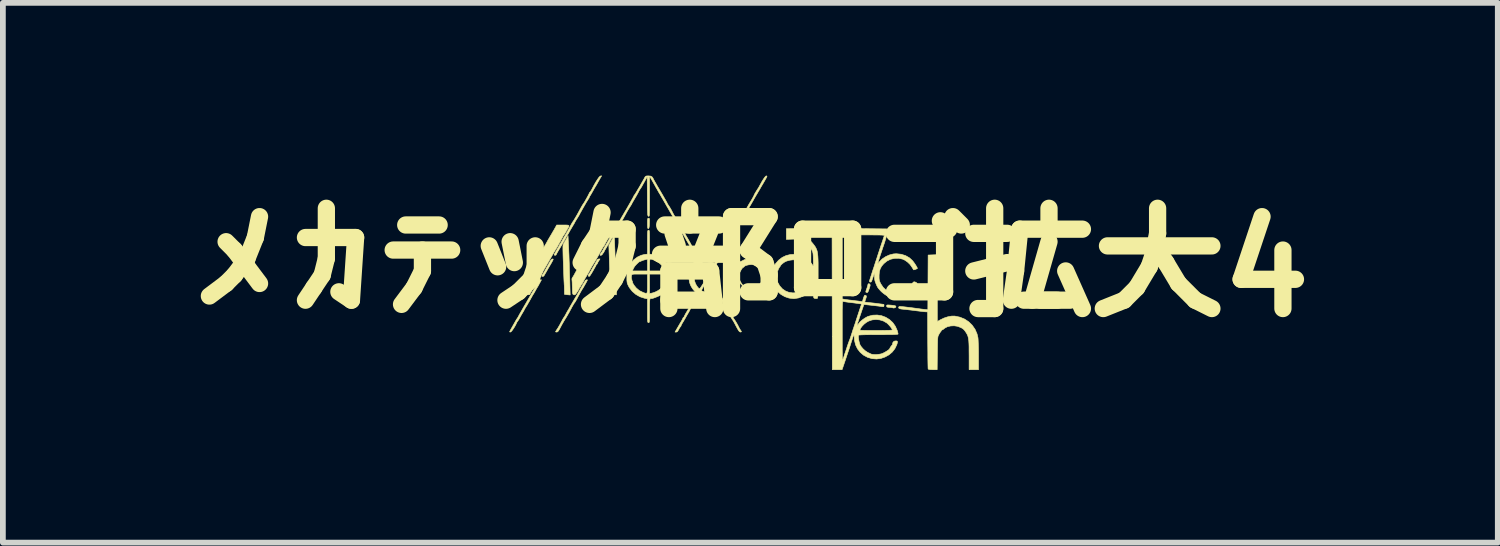
<source format=kicad_pcb>
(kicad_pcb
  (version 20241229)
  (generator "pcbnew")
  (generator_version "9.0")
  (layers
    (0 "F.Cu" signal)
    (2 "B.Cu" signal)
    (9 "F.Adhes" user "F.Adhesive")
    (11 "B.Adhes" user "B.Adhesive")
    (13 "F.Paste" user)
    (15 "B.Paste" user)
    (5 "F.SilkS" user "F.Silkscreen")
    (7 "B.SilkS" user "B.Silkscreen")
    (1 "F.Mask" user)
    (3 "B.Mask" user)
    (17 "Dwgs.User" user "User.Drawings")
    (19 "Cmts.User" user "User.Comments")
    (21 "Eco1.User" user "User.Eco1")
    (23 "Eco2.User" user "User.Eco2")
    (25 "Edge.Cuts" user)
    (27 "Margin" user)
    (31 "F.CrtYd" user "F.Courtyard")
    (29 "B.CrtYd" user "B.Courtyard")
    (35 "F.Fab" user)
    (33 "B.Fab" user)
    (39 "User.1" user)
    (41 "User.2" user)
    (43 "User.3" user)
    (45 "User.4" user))
  (footprint "メカテック部ロゴ拡大4"
    (layer "F.Cu")
    (at 9.986 1.621)
    (property "Reference" "メカテック部ロゴ拡大4" (at 0 0 0) (layer "F.SilkS") (effects (font (size 1.524 1.524) (thickness 0.3))))
    (attr through_hole)
    (fp_poly (pts (xy -2.861 -0.423) (xy -2.859 -0.413) (xy -2.861 -0.411) (xy -2.866 -0.412) (xy -2.867 -0.417) (xy -2.863 -0.425) (xy -2.861 -0.423)) (stroke (width 0.01) (type solid)) (fill yes) (layer "F.SilkS"))
    (fp_poly (pts (xy -0.076 0.321) (xy -0.056 0.328) (xy -0.04 0.332) (xy -0.023 0.339) (xy -0.018 0.346) (xy -0.02 0.351) (xy -0.028 0.352) (xy -0.047 0.347) (xy -0.061 0.342) (xy -0.081 0.334) (xy -0.091 0.325) (xy -0.091 0.324) (xy -0.084 0.32) (xy -0.076 0.321)) (stroke (width 0.01) (type solid)) (fill yes) (layer "F.SilkS"))
    (fp_poly (pts (xy -1.76 -0.879) (xy -1.755 -0.873) (xy -1.752 -0.86) (xy -1.752 -0.836) (xy -1.753 -0.797) (xy -1.753 -0.792) (xy -1.755 -0.745) (xy -1.76 -0.715) (xy -1.767 -0.7) (xy -1.777 -0.701) (xy -1.781 -0.704) (xy -1.784 -0.716) (xy -1.786 -0.741) (xy -1.787 -0.775) (xy -1.787 -0.795) (xy -1.787 -0.835) (xy -1.785 -0.86) (xy -1.782 -0.873) (xy -1.777 -0.879) (xy -1.769 -0.88) (xy -1.76 -0.879)) (stroke (width 0.01) (type solid)) (fill yes) (layer "F.SilkS"))
    (fp_poly (pts (xy 2.074 0.265) (xy 2.081 0.274) (xy 2.082 0.287) (xy 2.077 0.308) (xy 2.068 0.337) (xy 2.055 0.373) (xy 2.046 0.396) (xy 2.038 0.408) (xy 2.03 0.411) (xy 2.021 0.41) (xy 2.01 0.407) (xy 2.006 0.399) (xy 2.009 0.383) (xy 2.018 0.356) (xy 2.023 0.343) (xy 2.033 0.313) (xy 2.04 0.289) (xy 2.041 0.279) (xy 2.047 0.262) (xy 2.061 0.257) (xy 2.074 0.265)) (stroke (width 0.01) (type solid)) (fill yes) (layer "F.SilkS"))
    (fp_poly (pts (xy 2.412 0.628) (xy 2.435 0.63) (xy 2.479 0.634) (xy 2.508 0.639) (xy 2.524 0.645) (xy 2.529 0.655) (xy 2.529 0.661) (xy 2.519 0.672) (xy 2.501 0.679) (xy 2.483 0.68) (xy 2.476 0.677) (xy 2.465 0.674) (xy 2.442 0.671) (xy 2.42 0.67) (xy 2.39 0.667) (xy 2.375 0.663) (xy 2.369 0.656) (xy 2.368 0.646) (xy 2.368 0.635) (xy 2.374 0.629) (xy 2.387 0.627) (xy 2.412 0.628)) (stroke (width 0.01) (type solid)) (fill yes) (layer "F.SilkS"))
    (fp_poly (pts (xy -2.635 -0.136) (xy -2.649 -0.113) (xy -2.657 -0.095) (xy -2.658 -0.091) (xy -2.664 -0.082) (xy -2.666 -0.082) (xy -2.675 -0.074) (xy -2.681 -0.061) (xy -2.688 -0.046) (xy -2.702 -0.021) (xy -2.72 0.011) (xy -2.74 0.046) (xy -2.76 0.08) (xy -2.778 0.107) (xy -2.79 0.125) (xy -2.793 0.128) (xy -2.805 0.131) (xy -2.809 0.13) (xy -2.816 0.119) (xy -2.811 0.101) (xy -2.798 0.082) (xy -2.788 0.067) (xy -2.773 0.042) (xy -2.757 0.014) (xy -2.738 -0.021) (xy -2.718 -0.055) (xy -2.706 -0.077) (xy -2.689 -0.107) (xy -2.673 -0.137) (xy -2.67 -0.143) (xy -2.653 -0.166) (xy -2.633 -0.172) (xy -2.612 -0.172) (xy -2.635 -0.136)) (stroke (width 0.01) (type solid)) (fill yes) (layer "F.SilkS"))
    (fp_poly (pts (xy -3.427 -0.171) (xy -3.425 -0.164) (xy -3.43 -0.151) (xy -3.442 -0.128) (xy -3.462 -0.092) (xy -3.47 -0.079) (xy -3.489 -0.046) (xy -3.507 -0.016) (xy -3.519 0.005) (xy -3.52 0.007) (xy -3.53 0.025) (xy -3.545 0.051) (xy -3.561 0.079) (xy -3.575 0.103) (xy -3.585 0.12) (xy -3.588 0.125) (xy -3.597 0.129) (xy -3.609 0.131) (xy -3.622 0.131) (xy -3.622 0.12) (xy -3.622 0.12) (xy -3.612 0.099) (xy -3.606 0.091) (xy -3.595 0.075) (xy -3.58 0.05) (xy -3.57 0.032) (xy -3.55 -0.004) (xy -3.528 -0.043) (xy -3.519 -0.059) (xy -3.503 -0.087) (xy -3.49 -0.112) (xy -3.484 -0.122) (xy -3.464 -0.154) (xy -3.445 -0.17) (xy -3.435 -0.172) (xy -3.427 -0.171)) (stroke (width 0.01) (type solid)) (fill yes) (layer "F.SilkS"))
    (fp_poly (pts (xy -2.366 -0.569) (xy -2.363 -0.549) (xy -2.361 -0.519) (xy -2.36 -0.514) (xy -2.359 -0.486) (xy -2.358 -0.443) (xy -2.356 -0.389) (xy -2.353 -0.329) (xy -2.351 -0.265) (xy -2.35 -0.24) (xy -2.347 -0.163) (xy -2.343 -0.075) (xy -2.34 0.015) (xy -2.338 0.102) (xy -2.336 0.172) (xy -2.334 0.234) (xy -2.332 0.292) (xy -2.33 0.342) (xy -2.328 0.382) (xy -2.327 0.409) (xy -2.326 0.415) (xy -2.326 0.438) (xy -2.328 0.451) (xy -2.329 0.452) (xy -2.341 0.45) (xy -2.365 0.447) (xy -2.381 0.445) (xy -2.408 0.442) (xy -2.422 0.436) (xy -2.427 0.424) (xy -2.428 0.408) (xy -2.428 0.387) (xy -2.43 0.353) (xy -2.432 0.309) (xy -2.434 0.261) (xy -2.434 0.249) (xy -2.439 0.148) (xy -2.443 0.032) (xy -2.448 -0.098) (xy -2.452 -0.238) (xy -2.454 -0.284) (xy -2.458 -0.409) (xy -2.417 -0.482) (xy -2.399 -0.515) (xy -2.386 -0.542) (xy -2.378 -0.559) (xy -2.377 -0.563) (xy -2.37 -0.574) (xy -2.37 -0.575) (xy -2.366 -0.569)) (stroke (width 0.01) (type solid)) (fill yes) (layer "F.SilkS"))
    (fp_poly (pts (xy -3.166 -0.553) (xy -3.165 -0.533) (xy -3.164 -0.502) (xy -3.162 -0.465) (xy -3.162 -0.463) (xy -3.159 -0.409) (xy -3.156 -0.356) (xy -3.154 -0.301) (xy -3.151 -0.241) (xy -3.149 -0.175) (xy -3.146 -0.101) (xy -3.144 -0.017) (xy -3.141 0.08) (xy -3.137 0.191) (xy -3.134 0.302) (xy -3.13 0.454) (xy -3.15 0.452) (xy -3.174 0.45) (xy -3.2 0.447) (xy -3.229 0.443) (xy -3.23 0.369) (xy -3.231 0.33) (xy -3.232 0.295) (xy -3.234 0.271) (xy -3.234 0.268) (xy -3.235 0.249) (xy -3.237 0.217) (xy -3.239 0.174) (xy -3.241 0.124) (xy -3.242 0.095) (xy -3.246 -0.013) (xy -3.249 -0.105) (xy -3.252 -0.181) (xy -3.254 -0.244) (xy -3.255 -0.294) (xy -3.256 -0.334) (xy -3.256 -0.364) (xy -3.256 -0.387) (xy -3.255 -0.403) (xy -3.253 -0.415) (xy -3.251 -0.423) (xy -3.249 -0.43) (xy -3.246 -0.436) (xy -3.242 -0.442) (xy -3.226 -0.472) (xy -3.209 -0.5) (xy -3.207 -0.503) (xy -3.191 -0.529) (xy -3.178 -0.553) (xy -3.178 -0.553) (xy -3.167 -0.576) (xy -3.166 -0.553)) (stroke (width 0.01) (type solid)) (fill yes) (layer "F.SilkS"))
    (fp_poly (pts (xy -2.83 0.194) (xy -2.835 0.205) (xy -2.846 0.227) (xy -2.863 0.257) (xy -2.882 0.291) (xy -2.901 0.324) (xy -2.919 0.353) (xy -2.92 0.353) (xy -2.938 0.383) (xy -2.96 0.423) (xy -2.984 0.467) (xy -2.996 0.489) (xy -3.015 0.525) (xy -3.031 0.555) (xy -3.043 0.574) (xy -3.047 0.581) (xy -3.057 0.593) (xy -3.074 0.62) (xy -3.097 0.66) (xy -3.123 0.71) (xy -3.125 0.712) (xy -3.147 0.754) (xy -3.173 0.799) (xy -3.194 0.835) (xy -3.238 0.906) (xy -3.279 0.978) (xy -3.312 1.041) (xy -3.33 1.072) (xy -3.344 1.09) (xy -3.357 1.097) (xy -3.363 1.098) (xy -3.379 1.096) (xy -3.384 1.093) (xy -3.379 1.083) (xy -3.368 1.065) (xy -3.367 1.063) (xy -3.341 1.024) (xy -3.313 0.976) (xy -3.28 0.915) (xy -3.278 0.912) (xy -3.262 0.881) (xy -3.248 0.857) (xy -3.24 0.845) (xy -3.239 0.844) (xy -3.232 0.834) (xy -3.219 0.812) (xy -3.203 0.784) (xy -3.202 0.78) (xy -3.186 0.751) (xy -3.173 0.728) (xy -3.166 0.717) (xy -3.166 0.717) (xy -3.159 0.707) (xy -3.148 0.686) (xy -3.142 0.676) (xy -3.131 0.656) (xy -3.113 0.625) (xy -3.089 0.584) (xy -3.062 0.537) (xy -3.034 0.49) (xy -3.004 0.44) (xy -2.976 0.391) (xy -2.952 0.349) (xy -2.933 0.315) (xy -2.922 0.295) (xy -2.907 0.268) (xy -2.893 0.246) (xy -2.888 0.238) (xy -2.876 0.22) (xy -2.871 0.209) (xy -2.862 0.198) (xy -2.848 0.191) (xy -2.835 0.189) (xy -2.83 0.194)) (stroke (width 0.01) (type solid)) (fill yes) (layer "F.SilkS"))
    (fp_poly (pts (xy -3.662 0.252) (xy -3.678 0.282) (xy -3.692 0.307) (xy -3.701 0.321) (xy -3.701 0.322) (xy -3.709 0.334) (xy -3.722 0.357) (xy -3.738 0.386) (xy -3.754 0.414) (xy -3.766 0.435) (xy -3.773 0.445) (xy -3.781 0.455) (xy -3.789 0.472) (xy -3.8 0.492) (xy -3.816 0.52) (xy -3.829 0.544) (xy -3.846 0.574) (xy -3.861 0.599) (xy -3.868 0.612) (xy -3.879 0.631) (xy -3.895 0.656) (xy -3.903 0.669) (xy -3.917 0.692) (xy -3.926 0.708) (xy -3.928 0.712) (xy -3.932 0.722) (xy -3.943 0.741) (xy -3.949 0.751) (xy -3.964 0.776) (xy -3.984 0.81) (xy -4.004 0.846) (xy -4.005 0.848) (xy -4.022 0.879) (xy -4.037 0.902) (xy -4.046 0.915) (xy -4.047 0.916) (xy -4.056 0.928) (xy -4.061 0.94) (xy -4.074 0.968) (xy -4.092 1.001) (xy -4.113 1.034) (xy -4.133 1.064) (xy -4.151 1.086) (xy -4.164 1.097) (xy -4.166 1.098) (xy -4.18 1.096) (xy -4.182 1.095) (xy -4.178 1.084) (xy -4.166 1.061) (xy -4.148 1.029) (xy -4.133 1.002) (xy -4.116 0.972) (xy -4.096 0.937) (xy -4.087 0.921) (xy -4.071 0.893) (xy -4.058 0.871) (xy -4.051 0.862) (xy -4.039 0.843) (xy -4.029 0.826) (xy -4.017 0.802) (xy -3.997 0.767) (xy -3.97 0.72) (xy -3.935 0.659) (xy -3.905 0.608) (xy -3.882 0.568) (xy -3.86 0.53) (xy -3.842 0.499) (xy -3.832 0.482) (xy -3.814 0.451) (xy -3.796 0.419) (xy -3.793 0.415) (xy -3.775 0.383) (xy -3.757 0.351) (xy -3.755 0.347) (xy -3.739 0.32) (xy -3.72 0.287) (xy -3.705 0.262) (xy -3.689 0.234) (xy -3.678 0.212) (xy -3.674 0.201) (xy -3.666 0.193) (xy -3.651 0.191) (xy -3.629 0.191) (xy -3.662 0.252)) (stroke (width 0.01) (type solid)) (fill yes) (layer "F.SilkS"))
    (fp_poly (pts (xy -2.409 -0.762) (xy -2.374 -0.761) (xy -2.35 -0.759) (xy -2.34 -0.757) (xy -2.34 -0.757) (xy -2.345 -0.747) (xy -2.358 -0.723) (xy -2.378 -0.688) (xy -2.404 -0.642) (xy -2.435 -0.588) (xy -2.47 -0.527) (xy -2.478 -0.514) (xy -2.499 -0.477) (xy -2.516 -0.447) (xy -2.527 -0.425) (xy -2.531 -0.417) (xy -2.537 -0.405) (xy -2.543 -0.398) (xy -2.554 -0.382) (xy -2.569 -0.359) (xy -2.572 -0.353) (xy -2.589 -0.323) (xy -2.61 -0.286) (xy -2.632 -0.245) (xy -2.654 -0.206) (xy -2.674 -0.171) (xy -2.689 -0.145) (xy -2.697 -0.132) (xy -2.723 -0.09) (xy -2.742 -0.059) (xy -2.757 -0.033) (xy -2.77 -0.01) (xy -2.785 0.017) (xy -2.8 0.045) (xy -2.817 0.076) (xy -2.834 0.104) (xy -2.839 0.113) (xy -2.86 0.147) (xy -2.885 0.192) (xy -2.908 0.236) (xy -2.922 0.26) (xy -2.934 0.278) (xy -2.936 0.28) (xy -2.947 0.296) (xy -2.948 0.305) (xy -2.953 0.316) (xy -2.957 0.318) (xy -2.966 0.325) (xy -2.972 0.338) (xy -2.98 0.357) (xy -2.996 0.384) (xy -3.014 0.411) (xy -3.031 0.434) (xy -3.043 0.447) (xy -3.054 0.452) (xy -3.067 0.45) (xy -3.076 0.446) (xy -3.082 0.441) (xy -3.087 0.428) (xy -3.09 0.406) (xy -3.091 0.372) (xy -3.092 0.327) (xy -3.094 0.281) (xy -3.095 0.241) (xy -3.097 0.21) (xy -3.099 0.193) (xy -3.099 0.193) (xy -3.1 0.172) (xy -3.095 0.161) (xy -3.087 0.147) (xy -3.072 0.123) (xy -3.059 0.1) (xy -3.04 0.065) (xy -3.017 0.024) (xy -2.998 -0.009) (xy -2.978 -0.044) (xy -2.959 -0.077) (xy -2.945 -0.102) (xy -2.92 -0.144) (xy -2.892 -0.192) (xy -2.863 -0.242) (xy -2.834 -0.292) (xy -2.808 -0.337) (xy -2.785 -0.376) (xy -2.767 -0.406) (xy -2.757 -0.423) (xy -2.756 -0.425) (xy -2.741 -0.448) (xy -2.732 -0.468) (xy -2.724 -0.482) (xy -2.709 -0.509) (xy -2.689 -0.543) (xy -2.668 -0.578) (xy -2.646 -0.615) (xy -2.629 -0.645) (xy -2.617 -0.666) (xy -2.613 -0.675) (xy -2.608 -0.685) (xy -2.597 -0.705) (xy -2.588 -0.721) (xy -2.563 -0.762) (xy -2.452 -0.762) (xy -2.409 -0.762)) (stroke (width 0.01) (type solid)) (fill yes) (layer "F.SilkS"))
    (fp_poly (pts (xy 3.248 0.915) (xy 3.3 0.886) (xy 3.364 0.855) (xy 3.431 0.833) (xy 3.495 0.821) (xy 3.55 0.82) (xy 3.64 0.839) (xy 3.722 0.872) (xy 3.794 0.92) (xy 3.855 0.98) (xy 3.904 1.05) (xy 3.939 1.131) (xy 3.955 1.198) (xy 3.957 1.223) (xy 3.959 1.264) (xy 3.961 1.316) (xy 3.963 1.377) (xy 3.964 1.443) (xy 3.964 1.504) (xy 3.964 1.751) (xy 3.801 1.751) (xy 3.801 1.513) (xy 3.8 1.426) (xy 3.8 1.355) (xy 3.798 1.297) (xy 3.795 1.251) (xy 3.79 1.214) (xy 3.784 1.184) (xy 3.776 1.158) (xy 3.765 1.135) (xy 3.752 1.112) (xy 3.748 1.106) (xy 3.724 1.071) (xy 3.701 1.047) (xy 3.673 1.028) (xy 3.657 1.02) (xy 3.601 0.998) (xy 3.541 0.989) (xy 3.48 0.992) (xy 3.424 1.005) (xy 3.377 1.03) (xy 3.365 1.04) (xy 3.346 1.055) (xy 3.332 1.061) (xy 3.331 1.061) (xy 3.321 1.067) (xy 3.32 1.07) (xy 3.314 1.083) (xy 3.308 1.091) (xy 3.296 1.106) (xy 3.281 1.13) (xy 3.274 1.144) (xy 3.268 1.155) (xy 3.263 1.167) (xy 3.259 1.181) (xy 3.257 1.2) (xy 3.254 1.224) (xy 3.253 1.258) (xy 3.252 1.302) (xy 3.251 1.359) (xy 3.25 1.432) (xy 3.249 1.467) (xy 3.246 1.751) (xy 3.169 1.751) (xy 3.126 1.75) (xy 3.1 1.746) (xy 3.089 1.74) (xy 3.089 1.739) (xy 3.088 1.728) (xy 3.087 1.701) (xy 3.086 1.659) (xy 3.085 1.604) (xy 3.084 1.537) (xy 3.084 1.461) (xy 3.083 1.377) (xy 3.082 1.287) (xy 3.082 1.238) (xy 3.08 0.748) (xy 3.039 0.746) (xy 3.015 0.744) (xy 2.978 0.74) (xy 2.932 0.734) (xy 2.881 0.728) (xy 2.867 0.726) (xy 2.813 0.719) (xy 2.76 0.713) (xy 2.713 0.707) (xy 2.677 0.703) (xy 2.672 0.703) (xy 2.629 0.699) (xy 2.601 0.694) (xy 2.585 0.688) (xy 2.578 0.68) (xy 2.576 0.671) (xy 2.583 0.656) (xy 2.592 0.653) (xy 2.612 0.654) (xy 2.648 0.657) (xy 2.694 0.662) (xy 2.748 0.669) (xy 2.808 0.676) (xy 2.868 0.684) (xy 2.914 0.69) (xy 2.961 0.697) (xy 3.004 0.702) (xy 3.038 0.706) (xy 3.059 0.707) (xy 3.061 0.708) (xy 3.084 0.708) (xy 3.089 -0.24) (xy 3.248 -0.246) (xy 3.248 0.915)) (stroke (width 0.01) (type solid)) (fill yes) (layer "F.SilkS"))
    (fp_poly (pts (xy -2.604 -1.582) (xy -2.622 -1.55) (xy -2.642 -1.516) (xy -2.645 -1.51) (xy -2.66 -1.483) (xy -2.68 -1.448) (xy -2.697 -1.42) (xy -2.719 -1.383) (xy -2.74 -1.345) (xy -2.754 -1.32) (xy -2.77 -1.292) (xy -2.785 -1.268) (xy -2.792 -1.259) (xy -2.8 -1.247) (xy -2.799 -1.243) (xy -2.798 -1.237) (xy -2.805 -1.227) (xy -2.813 -1.215) (xy -2.828 -1.19) (xy -2.849 -1.157) (xy -2.872 -1.117) (xy -2.896 -1.075) (xy -2.92 -1.033) (xy -2.941 -0.995) (xy -2.958 -0.965) (xy -2.968 -0.945) (xy -2.969 -0.943) (xy -2.977 -0.929) (xy -2.991 -0.905) (xy -3.01 -0.875) (xy -3.012 -0.872) (xy -3.029 -0.844) (xy -3.042 -0.823) (xy -3.048 -0.812) (xy -3.048 -0.811) (xy -3.053 -0.802) (xy -3.065 -0.779) (xy -3.086 -0.745) (xy -3.112 -0.7) (xy -3.127 -0.676) (xy -3.139 -0.655) (xy -3.152 -0.63) (xy -3.167 -0.603) (xy -3.184 -0.576) (xy -3.2 -0.548) (xy -3.217 -0.519) (xy -3.218 -0.517) (xy -3.228 -0.498) (xy -3.246 -0.467) (xy -3.268 -0.428) (xy -3.294 -0.385) (xy -3.304 -0.368) (xy -3.329 -0.327) (xy -3.35 -0.291) (xy -3.365 -0.263) (xy -3.373 -0.246) (xy -3.375 -0.243) (xy -3.382 -0.237) (xy -3.394 -0.236) (xy -3.408 -0.24) (xy -3.407 -0.25) (xy -3.401 -0.263) (xy -3.387 -0.288) (xy -3.369 -0.32) (xy -3.357 -0.341) (xy -3.337 -0.374) (xy -3.322 -0.402) (xy -3.313 -0.421) (xy -3.311 -0.426) (xy -3.305 -0.437) (xy -3.304 -0.437) (xy -3.297 -0.446) (xy -3.284 -0.466) (xy -3.271 -0.49) (xy -3.252 -0.524) (xy -3.229 -0.565) (xy -3.208 -0.599) (xy -3.187 -0.635) (xy -3.162 -0.68) (xy -3.137 -0.724) (xy -3.132 -0.735) (xy -3.114 -0.768) (xy -3.098 -0.796) (xy -3.088 -0.813) (xy -3.085 -0.816) (xy -3.078 -0.826) (xy -3.064 -0.848) (xy -3.045 -0.879) (xy -3.024 -0.915) (xy -3.002 -0.953) (xy -2.983 -0.988) (xy -2.976 -1.001) (xy -2.944 -1.06) (xy -2.92 -1.102) (xy -2.903 -1.129) (xy -2.899 -1.134) (xy -2.889 -1.149) (xy -2.873 -1.175) (xy -2.855 -1.207) (xy -2.836 -1.241) (xy -2.818 -1.274) (xy -2.804 -1.302) (xy -2.795 -1.32) (xy -2.794 -1.324) (xy -2.788 -1.333) (xy -2.786 -1.333) (xy -2.779 -1.341) (xy -2.766 -1.36) (xy -2.754 -1.381) (xy -2.718 -1.45) (xy -2.685 -1.508) (xy -2.655 -1.555) (xy -2.631 -1.589) (xy -2.612 -1.609) (xy -2.604 -1.613) (xy -2.583 -1.616) (xy -2.604 -1.582)) (stroke (width 0.01) (type solid)) (fill yes) (layer "F.SilkS"))
    (fp_poly (pts (xy -3.208 -0.762) (xy -3.175 -0.76) (xy -3.156 -0.756) (xy -3.15 -0.747) (xy -3.153 -0.733) (xy -3.165 -0.712) (xy -3.17 -0.703) (xy -3.186 -0.676) (xy -3.199 -0.652) (xy -3.202 -0.646) (xy -3.214 -0.625) (xy -3.231 -0.599) (xy -3.234 -0.595) (xy -3.248 -0.575) (xy -3.256 -0.562) (xy -3.257 -0.56) (xy -3.261 -0.55) (xy -3.272 -0.529) (xy -3.289 -0.499) (xy -3.302 -0.476) (xy -3.321 -0.443) (xy -3.336 -0.415) (xy -3.345 -0.398) (xy -3.347 -0.393) (xy -3.352 -0.383) (xy -3.364 -0.365) (xy -3.366 -0.362) (xy -3.378 -0.343) (xy -3.396 -0.313) (xy -3.418 -0.276) (xy -3.437 -0.243) (xy -3.466 -0.192) (xy -3.496 -0.14) (xy -3.525 -0.089) (xy -3.55 -0.044) (xy -3.572 -0.008) (xy -3.586 0.017) (xy -3.59 0.023) (xy -3.602 0.046) (xy -3.61 0.062) (xy -3.621 0.082) (xy -3.637 0.109) (xy -3.645 0.121) (xy -3.663 0.149) (xy -3.685 0.185) (xy -3.704 0.219) (xy -3.727 0.262) (xy -3.743 0.292) (xy -3.754 0.311) (xy -3.761 0.321) (xy -3.765 0.326) (xy -3.765 0.327) (xy -3.772 0.336) (xy -3.785 0.357) (xy -3.801 0.386) (xy -3.803 0.39) (xy -3.836 0.449) (xy -3.942 0.449) (xy -3.984 0.449) (xy -4.018 0.447) (xy -4.042 0.445) (xy -4.052 0.442) (xy -4.05 0.431) (xy -4.04 0.409) (xy -4.024 0.381) (xy -4.02 0.374) (xy -4.001 0.341) (xy -3.984 0.311) (xy -3.973 0.29) (xy -3.972 0.288) (xy -3.962 0.27) (xy -3.954 0.263) (xy -3.946 0.256) (xy -3.946 0.253) (xy -3.942 0.242) (xy -3.93 0.219) (xy -3.913 0.188) (xy -3.901 0.167) (xy -3.881 0.134) (xy -3.866 0.107) (xy -3.857 0.09) (xy -3.855 0.086) (xy -3.851 0.076) (xy -3.839 0.057) (xy -3.83 0.043) (xy -3.8 -0.006) (xy -3.774 -0.052) (xy -3.755 -0.09) (xy -3.753 -0.093) (xy -3.744 -0.111) (xy -3.735 -0.118) (xy -3.729 -0.125) (xy -3.728 -0.13) (xy -3.722 -0.147) (xy -3.717 -0.152) (xy -3.707 -0.166) (xy -3.693 -0.189) (xy -3.683 -0.208) (xy -3.669 -0.233) (xy -3.658 -0.25) (xy -3.654 -0.254) (xy -3.647 -0.261) (xy -3.647 -0.266) (xy -3.642 -0.278) (xy -3.63 -0.302) (xy -3.612 -0.334) (xy -3.595 -0.363) (xy -3.572 -0.401) (xy -3.552 -0.434) (xy -3.537 -0.46) (xy -3.531 -0.472) (xy -3.519 -0.494) (xy -3.511 -0.508) (xy -3.497 -0.531) (xy -3.478 -0.564) (xy -3.455 -0.602) (xy -3.432 -0.642) (xy -3.41 -0.679) (xy -3.393 -0.71) (xy -3.381 -0.73) (xy -3.38 -0.733) (xy -3.365 -0.762) (xy -3.256 -0.762) (xy -3.208 -0.762)) (stroke (width 0.01) (type solid)) (fill yes) (layer "F.SilkS"))
    (fp_poly (pts (xy -1.763 -0.671) (xy -1.759 -0.667) (xy -1.755 -0.659) (xy -1.753 -0.643) (xy -1.752 -0.619) (xy -1.751 -0.582) (xy -1.751 -0.533) (xy -1.751 -0.467) (xy -1.751 -0.464) (xy -1.751 -0.256) (xy -1.699 -0.25) (xy -1.629 -0.232) (xy -1.562 -0.199) (xy -1.503 -0.152) (xy -1.453 -0.094) (xy -1.414 -0.027) (xy -1.388 0.046) (xy -1.385 0.061) (xy -1.379 0.091) (xy -1.751 0.091) (xy -1.751 0.428) (xy -1.712 0.422) (xy -1.677 0.412) (xy -1.64 0.397) (xy -1.604 0.378) (xy -1.573 0.357) (xy -1.551 0.337) (xy -1.542 0.321) (xy -1.542 0.32) (xy -1.535 0.306) (xy -1.531 0.302) (xy -1.518 0.287) (xy -1.502 0.259) (xy -1.486 0.221) (xy -1.478 0.202) (xy -1.47 0.184) (xy -1.459 0.175) (xy -1.44 0.173) (xy -1.424 0.172) (xy -1.38 0.172) (xy -1.392 0.221) (xy -1.418 0.295) (xy -1.459 0.363) (xy -1.512 0.421) (xy -1.565 0.459) (xy -1.589 0.471) (xy -1.621 0.485) (xy -1.654 0.498) (xy -1.684 0.509) (xy -1.706 0.515) (xy -1.713 0.516) (xy -1.725 0.514) (xy -1.734 0.515) (xy -1.741 0.52) (xy -1.745 0.531) (xy -1.748 0.551) (xy -1.75 0.581) (xy -1.751 0.624) (xy -1.751 0.682) (xy -1.751 0.726) (xy -1.751 0.792) (xy -1.751 0.843) (xy -1.752 0.88) (xy -1.753 0.905) (xy -1.755 0.921) (xy -1.758 0.93) (xy -1.763 0.934) (xy -1.769 0.934) (xy -1.769 0.934) (xy -1.775 0.934) (xy -1.779 0.93) (xy -1.782 0.922) (xy -1.785 0.906) (xy -1.786 0.882) (xy -1.787 0.845) (xy -1.787 0.795) (xy -1.787 0.729) (xy -1.787 0.521) (xy -1.839 0.51) (xy -1.917 0.485) (xy -1.989 0.444) (xy -2.051 0.391) (xy -2.101 0.327) (xy -2.119 0.295) (xy -2.13 0.27) (xy -2.138 0.249) (xy -2.142 0.226) (xy -2.145 0.198) (xy -2.145 0.158) (xy -2.145 0.14) (xy -2.067 0.14) (xy -2.067 0.166) (xy -2.062 0.183) (xy -2.06 0.186) (xy -2.055 0.198) (xy -2.056 0.204) (xy -2.055 0.216) (xy -2.051 0.218) (xy -2.044 0.223) (xy -2.046 0.227) (xy -2.045 0.241) (xy -2.034 0.263) (xy -2.015 0.292) (xy -1.991 0.321) (xy -1.981 0.333) (xy -1.928 0.378) (xy -1.866 0.408) (xy -1.86 0.411) (xy -1.835 0.42) (xy -1.816 0.425) (xy -1.803 0.424) (xy -1.795 0.416) (xy -1.79 0.399) (xy -1.788 0.369) (xy -1.787 0.326) (xy -1.787 0.267) (xy -1.787 0.259) (xy -1.787 0.091) (xy -1.922 0.091) (xy -1.974 0.091) (xy -2.011 0.091) (xy -2.035 0.093) (xy -2.05 0.096) (xy -2.057 0.1) (xy -2.061 0.107) (xy -2.063 0.111) (xy -2.067 0.14) (xy -2.145 0.14) (xy -2.145 0.131) (xy -2.145 0.085) (xy -2.144 0.051) (xy -2.142 0.036) (xy -2.05 0.036) (xy -1.787 0.036) (xy -1.787 -0.063) (xy -1.751 -0.063) (xy -1.751 0.036) (xy -1.619 0.036) (xy -1.573 0.036) (xy -1.533 0.035) (xy -1.505 0.034) (xy -1.489 0.032) (xy -1.488 0.031) (xy -1.493 0.013) (xy -1.508 -0.014) (xy -1.528 -0.044) (xy -1.551 -0.072) (xy -1.567 -0.088) (xy -1.592 -0.108) (xy -1.625 -0.128) (xy -1.66 -0.145) (xy -1.694 -0.16) (xy -1.722 -0.168) (xy -1.74 -0.169) (xy -1.741 -0.168) (xy -1.746 -0.157) (xy -1.749 -0.13) (xy -1.75 -0.092) (xy -1.751 -0.063) (xy -1.787 -0.063) (xy -1.787 -0.17) (xy -1.832 -0.158) (xy -1.863 -0.149) (xy -1.889 -0.139) (xy -1.897 -0.135) (xy -1.915 -0.127) (xy -1.924 -0.125) (xy -1.934 -0.12) (xy -1.951 -0.105) (xy -1.972 -0.085) (xy -1.993 -0.063) (xy -2.01 -0.043) (xy -2.014 -0.036) (xy -2.029 -0.01) (xy -2.039 0.011) (xy -2.05 0.036) (xy -2.142 0.036) (xy -2.141 0.026) (xy -2.135 0.004) (xy -2.125 -0.019) (xy -2.115 -0.039) (xy -2.075 -0.104) (xy -2.022 -0.16) (xy -1.962 -0.205) (xy -1.896 -0.236) (xy -1.837 -0.25) (xy -1.787 -0.256) (xy -1.787 -0.464) (xy -1.787 -0.53) (xy -1.787 -0.581) (xy -1.786 -0.617) (xy -1.785 -0.643) (xy -1.782 -0.658) (xy -1.779 -0.667) (xy -1.775 -0.671) (xy -1.769 -0.671) (xy -1.769 -0.671) (xy -1.763 -0.671)) (stroke (width 0.01) (type solid)) (fill yes) (layer "F.SilkS"))
    (fp_poly (pts (xy -1.735 -1.612) (xy -1.711 -1.602) (xy -1.694 -1.581) (xy -1.687 -1.568) (xy -1.684 -1.56) (xy -1.68 -1.552) (xy -1.674 -1.542) (xy -1.666 -1.527) (xy -1.654 -1.506) (xy -1.637 -1.477) (xy -1.615 -1.438) (xy -1.585 -1.387) (xy -1.548 -1.324) (xy -1.539 -1.309) (xy -1.51 -1.259) (xy -1.485 -1.215) (xy -1.464 -1.179) (xy -1.45 -1.153) (xy -1.443 -1.139) (xy -1.442 -1.138) (xy -1.438 -1.127) (xy -1.426 -1.109) (xy -1.422 -1.104) (xy -1.4 -1.07) (xy -1.373 -1.024) (xy -1.343 -0.965) (xy -1.328 -0.937) (xy -1.312 -0.912) (xy -1.308 -0.906) (xy -1.291 -0.882) (xy -1.278 -0.857) (xy -1.265 -0.833) (xy -1.246 -0.799) (xy -1.224 -0.76) (xy -1.202 -0.721) (xy -1.182 -0.686) (xy -1.166 -0.66) (xy -1.161 -0.653) (xy -1.147 -0.63) (xy -1.13 -0.601) (xy -1.126 -0.594) (xy -1.109 -0.564) (xy -1.089 -0.53) (xy -1.079 -0.513) (xy -1.059 -0.477) (xy -1.037 -0.438) (xy -1.029 -0.422) (xy -1.012 -0.391) (xy -0.99 -0.353) (xy -0.967 -0.315) (xy -0.965 -0.311) (xy -0.947 -0.281) (xy -0.933 -0.257) (xy -0.926 -0.243) (xy -0.925 -0.241) (xy -0.933 -0.237) (xy -0.941 -0.236) (xy -0.95 -0.239) (xy -0.96 -0.249) (xy -0.974 -0.268) (xy -0.993 -0.298) (xy -1.019 -0.342) (xy -1.025 -0.353) (xy -1.036 -0.371) (xy -1.052 -0.4) (xy -1.072 -0.435) (xy -1.083 -0.454) (xy -1.105 -0.491) (xy -1.125 -0.526) (xy -1.141 -0.554) (xy -1.146 -0.562) (xy -1.156 -0.581) (xy -1.174 -0.611) (xy -1.197 -0.651) (xy -1.224 -0.697) (xy -1.246 -0.735) (xy -1.277 -0.789) (xy -1.314 -0.853) (xy -1.354 -0.922) (xy -1.394 -0.99) (xy -1.427 -1.048) (xy -1.46 -1.105) (xy -1.493 -1.163) (xy -1.525 -1.218) (xy -1.553 -1.266) (xy -1.574 -1.303) (xy -1.577 -1.306) (xy -1.6 -1.346) (xy -1.621 -1.384) (xy -1.639 -1.414) (xy -1.647 -1.429) (xy -1.66 -1.453) (xy -1.68 -1.488) (xy -1.701 -1.525) (xy -1.708 -1.538) (xy -1.751 -1.61) (xy -1.751 -1.26) (xy -1.751 -1.171) (xy -1.751 -1.098) (xy -1.751 -1.041) (xy -1.752 -0.996) (xy -1.753 -0.963) (xy -1.754 -0.94) (xy -1.756 -0.925) (xy -1.759 -0.917) (xy -1.762 -0.913) (xy -1.766 -0.913) (xy -1.769 -0.914) (xy -1.773 -0.915) (xy -1.777 -0.919) (xy -1.78 -0.927) (xy -1.783 -0.94) (xy -1.784 -0.96) (xy -1.786 -0.989) (xy -1.787 -1.029) (xy -1.788 -1.081) (xy -1.788 -1.147) (xy -1.789 -1.229) (xy -1.789 -1.26) (xy -1.792 -1.601) (xy -1.828 -1.535) (xy -1.853 -1.49) (xy -1.871 -1.458) (xy -1.884 -1.434) (xy -1.895 -1.416) (xy -1.906 -1.399) (xy -1.917 -1.384) (xy -1.931 -1.361) (xy -1.94 -1.345) (xy -1.941 -1.341) (xy -1.946 -1.331) (xy -1.958 -1.309) (xy -1.975 -1.278) (xy -1.997 -1.24) (xy -2 -1.235) (xy -2.022 -1.197) (xy -2.041 -1.165) (xy -2.054 -1.142) (xy -2.059 -1.131) (xy -2.059 -1.13) (xy -2.064 -1.121) (xy -2.076 -1.101) (xy -2.086 -1.086) (xy -2.105 -1.056) (xy -2.127 -1.019) (xy -2.143 -0.992) (xy -2.171 -0.941) (xy -2.201 -0.886) (xy -2.23 -0.836) (xy -2.241 -0.816) (xy -2.252 -0.798) (xy -2.259 -0.789) (xy -2.266 -0.778) (xy -2.275 -0.762) (xy -2.286 -0.741) (xy -2.302 -0.713) (xy -2.313 -0.694) (xy -2.33 -0.663) (xy -2.346 -0.634) (xy -2.353 -0.621) (xy -2.368 -0.594) (xy -2.383 -0.572) (xy -2.396 -0.552) (xy -2.413 -0.522) (xy -2.431 -0.49) (xy -2.447 -0.459) (xy -2.462 -0.433) (xy -2.471 -0.418) (xy -2.472 -0.417) (xy -2.485 -0.398) (xy -2.489 -0.39) (xy -2.498 -0.373) (xy -2.512 -0.351) (xy -2.513 -0.349) (xy -2.529 -0.323) (xy -2.541 -0.297) (xy -2.55 -0.279) (xy -2.558 -0.272) (xy -2.566 -0.265) (xy -2.57 -0.254) (xy -2.578 -0.243) (xy -2.593 -0.236) (xy -2.607 -0.235) (xy -2.613 -0.241) (xy -2.608 -0.254) (xy -2.598 -0.272) (xy -2.588 -0.287) (xy -2.585 -0.29) (xy -2.577 -0.3) (xy -2.565 -0.321) (xy -2.559 -0.331) (xy -2.542 -0.363) (xy -2.522 -0.397) (xy -2.518 -0.404) (xy -2.504 -0.427) (xy -2.484 -0.461) (xy -2.462 -0.501) (xy -2.448 -0.526) (xy -2.425 -0.567) (xy -2.402 -0.608) (xy -2.381 -0.643) (xy -2.372 -0.657) (xy -2.355 -0.686) (xy -2.342 -0.711) (xy -2.337 -0.723) (xy -2.328 -0.739) (xy -2.322 -0.744) (xy -2.314 -0.751) (xy -2.313 -0.755) (xy -2.309 -0.765) (xy -2.296 -0.789) (xy -2.277 -0.823) (xy -2.253 -0.865) (xy -2.226 -0.913) (xy -2.221 -0.92) (xy -2.185 -0.982) (xy -2.149 -1.042) (xy -2.116 -1.1) (xy -2.086 -1.152) (xy -2.061 -1.197) (xy -2.041 -1.233) (xy -2.028 -1.257) (xy -2.023 -1.268) (xy -2.023 -1.269) (xy -2.018 -1.278) (xy -2.01 -1.287) (xy -2.001 -1.301) (xy -1.985 -1.326) (xy -1.965 -1.36) (xy -1.946 -1.392) (xy -1.921 -1.434) (xy -1.898 -1.475) (xy -1.878 -1.51) (xy -1.867 -1.529) (xy -1.851 -1.557) (xy -1.837 -1.583) (xy -1.831 -1.594) (xy -1.822 -1.606) (xy -1.808 -1.613) (xy -1.782 -1.615) (xy -1.771 -1.615) (xy -1.735 -1.612)) (stroke (width 0.01) (type solid)) (fill yes) (layer "F.SilkS"))
    (fp_poly (pts (xy 0.286 -1.613) (xy 0.289 -1.606) (xy 0.282 -1.59) (xy 0.267 -1.562) (xy 0.265 -1.559) (xy 0.251 -1.534) (xy 0.23 -1.498) (xy 0.206 -1.457) (xy 0.183 -1.418) (xy 0.161 -1.379) (xy 0.141 -1.346) (xy 0.126 -1.32) (xy 0.118 -1.307) (xy 0.118 -1.306) (xy 0.11 -1.293) (xy 0.095 -1.268) (xy 0.076 -1.235) (xy 0.062 -1.211) (xy 0.041 -1.173) (xy 0.02 -1.137) (xy 0.004 -1.108) (xy -0.003 -1.098) (xy -0.015 -1.077) (xy -0.033 -1.045) (xy -0.055 -1.006) (xy -0.073 -0.973) (xy -0.096 -0.933) (xy -0.117 -0.897) (xy -0.135 -0.868) (xy -0.144 -0.854) (xy -0.157 -0.833) (xy -0.163 -0.818) (xy -0.163 -0.816) (xy -0.169 -0.802) (xy -0.181 -0.783) (xy -0.181 -0.783) (xy -0.186 -0.776) (xy -0.19 -0.768) (xy -0.193 -0.756) (xy -0.195 -0.739) (xy -0.197 -0.715) (xy -0.198 -0.682) (xy -0.199 -0.639) (xy -0.199 -0.582) (xy -0.2 -0.511) (xy -0.2 -0.439) (xy -0.199 -0.364) (xy -0.199 -0.296) (xy -0.198 -0.236) (xy -0.197 -0.186) (xy -0.195 -0.149) (xy -0.193 -0.125) (xy -0.192 -0.118) (xy -0.18 -0.122) (xy -0.158 -0.132) (xy -0.129 -0.146) (xy -0.127 -0.147) (xy -0.097 -0.162) (xy -0.073 -0.171) (xy -0.046 -0.175) (xy -0.012 -0.177) (xy 0.013 -0.177) (xy 0.055 -0.176) (xy 0.085 -0.173) (xy 0.11 -0.167) (xy 0.136 -0.156) (xy 0.148 -0.15) (xy 0.204 -0.115) (xy 0.248 -0.072) (xy 0.285 -0.016) (xy 0.293 -0.000236) (xy 0.322 0.058) (xy 0.325 0.268) (xy 0.325 0.338) (xy 0.325 0.392) (xy 0.325 0.431) (xy 0.323 0.458) (xy 0.321 0.474) (xy 0.317 0.482) (xy 0.316 0.483) (xy 0.3 0.484) (xy 0.274 0.484) (xy 0.261 0.483) (xy 0.218 0.479) (xy 0.218 0.346) (xy 0.218 0.295) (xy 0.217 0.259) (xy 0.216 0.238) (xy 0.214 0.228) (xy 0.21 0.227) (xy 0.205 0.234) (xy 0.201 0.24) (xy 0.165 0.284) (xy 0.117 0.32) (xy 0.068 0.341) (xy 0.04 0.349) (xy 0.02 0.352) (xy 0.012 0.351) (xy 0.01 0.341) (xy 0.023 0.335) (xy 0.042 0.333) (xy 0.074 0.327) (xy 0.11 0.31) (xy 0.144 0.287) (xy 0.163 0.269) (xy 0.189 0.233) (xy 0.205 0.199) (xy 0.212 0.159) (xy 0.213 0.136) (xy 0.214 0.099) (xy 0.209 0.073) (xy 0.199 0.047) (xy 0.193 0.036) (xy 0.179 0.014) (xy 0.162 -0.008) (xy 0.145 -0.027) (xy 0.133 -0.04) (xy 0.127 -0.041) (xy 0.127 -0.041) (xy 0.12 -0.042) (xy 0.103 -0.05) (xy 0.095 -0.055) (xy 0.064 -0.067) (xy 0.03 -0.074) (xy 0.025 -0.075) (xy -0.007 -0.073) (xy -0.041 -0.068) (xy -0.073 -0.059) (xy -0.097 -0.049) (xy -0.106 -0.039) (xy -0.117 -0.028) (xy -0.121 -0.027) (xy -0.133 -0.02) (xy -0.148 -0.00036) (xy -0.164 0.026) (xy -0.179 0.054) (xy -0.188 0.079) (xy -0.188 0.082) (xy -0.196 0.125) (xy -0.196 0.159) (xy -0.186 0.192) (xy -0.172 0.223) (xy -0.154 0.252) (xy -0.137 0.276) (xy -0.125 0.289) (xy -0.112 0.302) (xy -0.109 0.311) (xy -0.114 0.312) (xy -0.127 0.303) (xy -0.144 0.287) (xy -0.162 0.267) (xy -0.177 0.248) (xy -0.185 0.236) (xy -0.189 0.23) (xy -0.192 0.233) (xy -0.194 0.248) (xy -0.197 0.276) (xy -0.199 0.32) (xy -0.2 0.35) (xy -0.204 0.486) (xy -0.257 0.486) (xy -0.287 0.484) (xy -0.307 0.48) (xy -0.314 0.476) (xy -0.315 0.466) (xy -0.315 0.439) (xy -0.316 0.397) (xy -0.316 0.342) (xy -0.316 0.275) (xy -0.316 0.199) (xy -0.316 0.115) (xy -0.316 0.024) (xy -0.315 -0.039) (xy -0.315 -0.133) (xy -0.315 -0.221) (xy -0.315 -0.302) (xy -0.316 -0.374) (xy -0.316 -0.435) (xy -0.317 -0.485) (xy -0.318 -0.52) (xy -0.319 -0.54) (xy -0.32 -0.544) (xy -0.326 -0.537) (xy -0.327 -0.535) (xy -0.331 -0.523) (xy -0.343 -0.501) (xy -0.351 -0.487) (xy -0.368 -0.461) (xy -0.382 -0.438) (xy -0.386 -0.431) (xy -0.423 -0.366) (xy -0.455 -0.312) (xy -0.482 -0.272) (xy -0.502 -0.247) (xy -0.517 -0.236) (xy -0.518 -0.236) (xy -0.527 -0.237) (xy -0.529 -0.243) (xy -0.523 -0.257) (xy -0.509 -0.283) (xy -0.488 -0.32) (xy -0.465 -0.36) (xy -0.454 -0.381) (xy -0.433 -0.418) (xy -0.41 -0.457) (xy -0.398 -0.476) (xy -0.368 -0.524) (xy -0.347 -0.56) (xy -0.333 -0.591) (xy -0.324 -0.619) (xy -0.32 -0.65) (xy -0.318 -0.688) (xy -0.318 -0.739) (xy -0.318 -0.88) (xy -0.259 -0.88) (xy -0.227 -0.88) (xy -0.209 -0.877) (xy -0.201 -0.872) (xy -0.199 -0.861) (xy -0.199 -0.855) (xy -0.199 -0.83) (xy -0.181 -0.853) (xy -0.166 -0.876) (xy -0.158 -0.896) (xy -0.151 -0.912) (xy -0.146 -0.916) (xy -0.139 -0.924) (xy -0.129 -0.941) (xy -0.116 -0.968) (xy -0.101 -0.993) (xy -0.091 -1.007) (xy -0.084 -1.017) (xy -0.072 -1.037) (xy -0.064 -1.052) (xy -0.05 -1.077) (xy -0.03 -1.113) (xy -0.006 -1.153) (xy 0.011 -1.181) (xy 0.032 -1.216) (xy 0.049 -1.247) (xy 0.06 -1.268) (xy 0.064 -1.277) (xy 0.069 -1.29) (xy 0.084 -1.317) (xy 0.11 -1.36) (xy 0.143 -1.411) (xy 0.153 -1.429) (xy 0.168 -1.456) (xy 0.178 -1.474) (xy 0.205 -1.523) (xy 0.231 -1.564) (xy 0.253 -1.594) (xy 0.269 -1.611) (xy 0.277 -1.615) (xy 0.286 -1.613)) (stroke (width 0.01) (type solid)) (fill yes) (layer "F.SilkS"))
    (fp_poly (pts (xy -0.675 -0.25) (xy -0.637 -0.247) (xy -0.6 -0.242) (xy -0.57 -0.235) (xy -0.55 -0.228) (xy -0.544 -0.222) (xy -0.549 -0.212) (xy -0.556 -0.199) (xy -0.562 -0.184) (xy -0.556 -0.174) (xy -0.555 -0.173) (xy -0.55 -0.166) (xy -0.552 -0.152) (xy -0.563 -0.127) (xy -0.573 -0.108) (xy -0.589 -0.078) (xy -0.602 -0.054) (xy -0.611 -0.041) (xy -0.611 -0.041) (xy -0.618 -0.03) (xy -0.633 -0.006) (xy -0.651 0.025) (xy -0.666 0.05) (xy -0.695 0.096) (xy -0.718 0.124) (xy -0.737 0.136) (xy -0.75 0.132) (xy -0.758 0.117) (xy -0.765 0.101) (xy -0.779 0.074) (xy -0.799 0.04) (xy -0.811 0.018) (xy -0.832 -0.017) (xy -0.849 -0.047) (xy -0.861 -0.069) (xy -0.865 -0.076) (xy -0.873 -0.089) (xy -0.885 -0.087) (xy -0.903 -0.07) (xy -0.913 -0.057) (xy -0.933 -0.029) (xy -0.949 -0.001) (xy -0.964 0.034) (xy -0.971 0.053) (xy -0.978 0.085) (xy -0.978 0.129) (xy -0.974 0.176) (xy -0.965 0.221) (xy -0.953 0.255) (xy -0.935 0.289) (xy -0.915 0.317) (xy -0.897 0.337) (xy -0.883 0.344) (xy -0.881 0.344) (xy -0.872 0.335) (xy -0.857 0.314) (xy -0.838 0.285) (xy -0.827 0.268) (xy -0.802 0.228) (xy -0.783 0.204) (xy -0.767 0.193) (xy -0.763 0.192) (xy -0.743 0.189) (xy -0.764 0.224) (xy -0.779 0.25) (xy -0.793 0.272) (xy -0.796 0.277) (xy -0.822 0.321) (xy -0.838 0.352) (xy -0.845 0.371) (xy -0.845 0.379) (xy -0.828 0.393) (xy -0.797 0.405) (xy -0.758 0.414) (xy -0.715 0.421) (xy -0.672 0.424) (xy -0.635 0.422) (xy -0.612 0.417) (xy -0.59 0.409) (xy -0.61 0.37) (xy -0.623 0.347) (xy -0.634 0.331) (xy -0.637 0.328) (xy -0.644 0.318) (xy -0.644 0.318) (xy -0.648 0.307) (xy -0.659 0.284) (xy -0.675 0.256) (xy -0.676 0.254) (xy -0.691 0.226) (xy -0.703 0.205) (xy -0.708 0.194) (xy -0.708 0.194) (xy -0.7 0.191) (xy -0.691 0.191) (xy -0.678 0.198) (xy -0.659 0.22) (xy -0.635 0.258) (xy -0.631 0.265) (xy -0.607 0.308) (xy -0.589 0.339) (xy -0.576 0.361) (xy -0.566 0.378) (xy -0.557 0.393) (xy -0.546 0.411) (xy -0.545 0.413) (xy -0.527 0.443) (xy -0.507 0.479) (xy -0.498 0.494) (xy -0.474 0.541) (xy -0.456 0.572) (xy -0.445 0.588) (xy -0.443 0.59) (xy -0.437 0.599) (xy -0.424 0.621) (xy -0.408 0.65) (xy -0.403 0.658) (xy -0.381 0.699) (xy -0.355 0.743) (xy -0.334 0.779) (xy -0.317 0.808) (xy -0.305 0.83) (xy -0.299 0.842) (xy -0.299 0.843) (xy -0.294 0.853) (xy -0.282 0.873) (xy -0.273 0.885) (xy -0.257 0.91) (xy -0.236 0.945) (xy -0.215 0.983) (xy -0.209 0.995) (xy -0.192 1.029) (xy -0.176 1.056) (xy -0.166 1.072) (xy -0.163 1.075) (xy -0.154 1.087) (xy -0.161 1.096) (xy -0.172 1.098) (xy -0.181 1.095) (xy -0.192 1.087) (xy -0.205 1.071) (xy -0.221 1.044) (xy -0.243 1.004) (xy -0.263 0.966) (xy -0.281 0.932) (xy -0.298 0.903) (xy -0.31 0.884) (xy -0.313 0.88) (xy -0.319 0.872) (xy -0.326 0.86) (xy -0.337 0.842) (xy -0.353 0.815) (xy -0.374 0.776) (xy -0.402 0.725) (xy -0.407 0.717) (xy -0.423 0.687) (xy -0.436 0.665) (xy -0.444 0.654) (xy -0.444 0.653) (xy -0.452 0.641) (xy -0.466 0.619) (xy -0.482 0.59) (xy -0.498 0.56) (xy -0.506 0.543) (xy -0.522 0.515) (xy -0.539 0.5) (xy -0.563 0.497) (xy -0.599 0.504) (xy -0.599 0.504) (xy -0.677 0.516) (xy -0.757 0.509) (xy -0.834 0.486) (xy -0.862 0.473) (xy -0.898 0.454) (xy -0.919 0.492) (xy -0.953 0.55) (xy -0.978 0.595) (xy -0.997 0.627) (xy -1.01 0.649) (xy -1.018 0.662) (xy -1.024 0.669) (xy -1.026 0.671) (xy -1.035 0.683) (xy -1.043 0.699) (xy -1.052 0.718) (xy -1.067 0.747) (xy -1.084 0.776) (xy -1.101 0.805) (xy -1.115 0.829) (xy -1.122 0.843) (xy -1.13 0.857) (xy -1.144 0.881) (xy -1.162 0.912) (xy -1.167 0.92) (xy -1.186 0.951) (xy -1.199 0.977) (xy -1.206 0.993) (xy -1.206 0.995) (xy -1.211 1.006) (xy -1.214 1.007) (xy -1.222 1.014) (xy -1.234 1.034) (xy -1.244 1.052) (xy -1.259 1.08) (xy -1.272 1.094) (xy -1.286 1.098) (xy -1.308 1.098) (xy -1.278 1.045) (xy -1.258 1.011) (xy -1.234 0.97) (xy -1.211 0.93) (xy -1.209 0.928) (xy -1.191 0.897) (xy -1.178 0.872) (xy -1.171 0.856) (xy -1.17 0.853) (xy -1.164 0.844) (xy -1.161 0.844) (xy -1.152 0.837) (xy -1.152 0.835) (xy -1.148 0.823) (xy -1.136 0.801) (xy -1.124 0.778) (xy -1.095 0.73) (xy -1.074 0.694) (xy -1.059 0.667) (xy -1.048 0.645) (xy -1.045 0.64) (xy -1.029 0.612) (xy -1.013 0.586) (xy -0.995 0.558) (xy -0.979 0.531) (xy -0.965 0.505) (xy -0.947 0.475) (xy -0.945 0.47) (xy -0.924 0.437) (xy -0.964 0.393) (xy -1.002 0.347) (xy -1.028 0.306) (xy -1.047 0.263) (xy -1.057 0.231) (xy -1.07 0.149) (xy -1.065 0.069) (xy -1.053 0.021) (xy -1.02 -0.056) (xy -0.976 -0.119) (xy -0.838 -0.119) (xy -0.836 -0.109) (xy -0.827 -0.087) (xy -0.812 -0.057) (xy -0.795 -0.022) (xy -0.777 0.014) (xy -0.759 0.046) (xy -0.744 0.072) (xy -0.734 0.088) (xy -0.731 0.091) (xy -0.725 0.084) (xy -0.712 0.064) (xy -0.695 0.037) (xy -0.69 0.029) (xy -0.673 -0.001) (xy -0.66 -0.026) (xy -0.653 -0.042) (xy -0.653 -0.043) (xy -0.646 -0.057) (xy -0.642 -0.061) (xy -0.632 -0.072) (xy -0.619 -0.092) (xy -0.604 -0.116) (xy -0.594 -0.137) (xy -0.59 -0.149) (xy -0.591 -0.151) (xy -0.595 -0.153) (xy -0.607 -0.154) (xy -0.629 -0.155) (xy -0.665 -0.157) (xy -0.685 -0.158) (xy -0.718 -0.159) (xy -0.744 -0.158) (xy -0.757 -0.156) (xy -0.757 -0.156) (xy -0.774 -0.149) (xy -0.776 -0.149) (xy -0.797 -0.142) (xy -0.82 -0.132) (xy -0.836 -0.122) (xy -0.838 -0.119) (xy -0.976 -0.119) (xy -0.975 -0.121) (xy -0.916 -0.174) (xy -0.847 -0.214) (xy -0.806 -0.232) (xy -0.77 -0.243) (xy -0.731 -0.248) (xy -0.71 -0.25) (xy -0.675 -0.25)) (stroke (width 0.01) (type solid)) (fill yes) (layer "F.SilkS"))
    (fp_poly (pts (xy 1.353 -0.701) (xy 1.478 -0.701) (xy 1.604 -0.7) (xy 1.727 -0.7) (xy 1.842 -0.699) (xy 1.9 -0.699) (xy 2.372 -0.694) (xy 2.375 -0.643) (xy 2.375 -0.625) (xy 2.373 -0.605) (xy 2.368 -0.581) (xy 2.36 -0.55) (xy 2.348 -0.509) (xy 2.332 -0.457) (xy 2.31 -0.392) (xy 2.304 -0.376) (xy 2.284 -0.315) (xy 2.265 -0.259) (xy 2.249 -0.211) (xy 2.237 -0.172) (xy 2.229 -0.146) (xy 2.226 -0.136) (xy 2.219 -0.114) (xy 2.212 -0.102) (xy 2.205 -0.09) (xy 2.206 -0.086) (xy 2.214 -0.09) (xy 2.228 -0.105) (xy 2.245 -0.125) (xy 2.291 -0.172) (xy 2.349 -0.211) (xy 2.415 -0.241) (xy 2.484 -0.259) (xy 2.535 -0.263) (xy 2.62 -0.254) (xy 2.697 -0.23) (xy 2.765 -0.191) (xy 2.816 -0.144) (xy 2.836 -0.119) (xy 2.857 -0.09) (xy 2.876 -0.06) (xy 2.892 -0.034) (xy 2.901 -0.014) (xy 2.901 -0.005) (xy 2.888 0.001) (xy 2.869 0.009) (xy 2.849 0.015) (xy 2.837 0.017) (xy 2.836 0.017) (xy 2.831 0.008) (xy 2.819 -0.012) (xy 2.809 -0.028) (xy 2.777 -0.074) (xy 2.734 -0.116) (xy 2.688 -0.149) (xy 2.646 -0.169) (xy 2.575 -0.184) (xy 2.503 -0.182) (xy 2.434 -0.166) (xy 2.371 -0.134) (xy 2.318 -0.09) (xy 2.28 -0.045) (xy 2.256 0.000234) (xy 2.242 0.049) (xy 2.237 0.109) (xy 2.237 0.122) (xy 2.237 0.163) (xy 2.24 0.192) (xy 2.246 0.216) (xy 2.257 0.241) (xy 2.267 0.261) (xy 2.308 0.322) (xy 2.358 0.369) (xy 2.42 0.402) (xy 2.488 0.422) (xy 2.553 0.427) (xy 2.622 0.416) (xy 2.678 0.397) (xy 2.711 0.378) (xy 2.745 0.35) (xy 2.776 0.319) (xy 2.798 0.289) (xy 2.804 0.279) (xy 2.819 0.246) (xy 2.835 0.228) (xy 2.852 0.225) (xy 2.865 0.229) (xy 2.887 0.24) (xy 2.897 0.251) (xy 2.895 0.267) (xy 2.882 0.293) (xy 2.877 0.301) (xy 2.828 0.372) (xy 2.769 0.427) (xy 2.699 0.468) (xy 2.627 0.494) (xy 2.58 0.503) (xy 2.53 0.506) (xy 2.484 0.503) (xy 2.448 0.494) (xy 2.441 0.49) (xy 2.42 0.482) (xy 2.4 0.477) (xy 2.376 0.468) (xy 2.345 0.45) (xy 2.311 0.425) (xy 2.28 0.399) (xy 2.26 0.379) (xy 2.242 0.358) (xy 2.227 0.341) (xy 2.225 0.339) (xy 2.213 0.322) (xy 2.198 0.293) (xy 2.183 0.258) (xy 2.17 0.224) (xy 2.163 0.2) (xy 2.159 0.172) (xy 2.157 0.136) (xy 2.157 0.118) (xy 2.157 0.068) (xy 2.133 0.141) (xy 2.121 0.175) (xy 2.111 0.204) (xy 2.103 0.222) (xy 2.102 0.224) (xy 2.089 0.231) (xy 2.075 0.226) (xy 2.068 0.214) (xy 2.071 0.204) (xy 2.079 0.179) (xy 2.091 0.141) (xy 2.107 0.092) (xy 2.125 0.034) (xy 2.147 -0.03) (xy 2.169 -0.099) (xy 2.193 -0.17) (xy 2.216 -0.242) (xy 2.239 -0.312) (xy 2.261 -0.379) (xy 2.281 -0.439) (xy 2.299 -0.491) (xy 2.313 -0.533) (xy 2.323 -0.563) (xy 2.328 -0.577) (xy 2.327 -0.58) (xy 2.321 -0.583) (xy 2.306 -0.585) (xy 2.284 -0.587) (xy 2.25 -0.588) (xy 2.205 -0.589) (xy 2.147 -0.589) (xy 2.074 -0.59) (xy 1.984 -0.59) (xy 1.965 -0.59) (xy 1.597 -0.59) (xy 1.597 0.523) (xy 1.667 0.534) (xy 1.71 0.54) (xy 1.762 0.546) (xy 1.812 0.552) (xy 1.823 0.554) (xy 1.863 0.558) (xy 1.898 0.563) (xy 1.922 0.567) (xy 1.929 0.568) (xy 1.943 0.569) (xy 1.951 0.558) (xy 1.955 0.543) (xy 1.963 0.512) (xy 1.974 0.483) (xy 1.983 0.463) (xy 1.993 0.458) (xy 2.004 0.462) (xy 2.014 0.468) (xy 2.017 0.476) (xy 2.015 0.49) (xy 2.007 0.516) (xy 2.004 0.523) (xy 1.995 0.551) (xy 1.989 0.57) (xy 1.987 0.577) (xy 1.995 0.578) (xy 2.017 0.581) (xy 2.048 0.584) (xy 2.052 0.585) (xy 2.091 0.589) (xy 2.139 0.594) (xy 2.19 0.6) (xy 2.216 0.604) (xy 2.256 0.609) (xy 2.289 0.613) (xy 2.311 0.616) (xy 2.318 0.617) (xy 2.322 0.624) (xy 2.322 0.639) (xy 2.318 0.653) (xy 2.315 0.656) (xy 2.303 0.657) (xy 2.28 0.655) (xy 2.259 0.652) (xy 2.235 0.648) (xy 2.2 0.644) (xy 2.159 0.639) (xy 2.114 0.634) (xy 2.07 0.629) (xy 2.031 0.625) (xy 1.999 0.621) (xy 1.978 0.62) (xy 1.972 0.62) (xy 1.969 0.629) (xy 1.962 0.652) (xy 1.95 0.687) (xy 1.935 0.731) (xy 1.918 0.782) (xy 1.917 0.785) (xy 1.899 0.837) (xy 1.884 0.884) (xy 1.87 0.923) (xy 1.861 0.95) (xy 1.856 0.964) (xy 1.856 0.964) (xy 1.852 0.978) (xy 1.857 0.979) (xy 1.869 0.969) (xy 1.884 0.95) (xy 1.884 0.948) (xy 1.91 0.918) (xy 1.947 0.886) (xy 1.989 0.856) (xy 2.032 0.832) (xy 2.048 0.825) (xy 2.126 0.805) (xy 2.204 0.802) (xy 2.28 0.814) (xy 2.352 0.841) (xy 2.417 0.881) (xy 2.474 0.933) (xy 2.519 0.997) (xy 2.552 1.07) (xy 2.553 1.076) (xy 2.561 1.103) (xy 2.566 1.125) (xy 2.567 1.132) (xy 2.563 1.135) (xy 2.551 1.137) (xy 2.529 1.139) (xy 2.496 1.141) (xy 2.451 1.142) (xy 2.391 1.142) (xy 2.316 1.143) (xy 2.229 1.143) (xy 2.127 1.143) (xy 2.043 1.144) (xy 1.976 1.145) (xy 1.926 1.147) (xy 1.895 1.149) (xy 1.881 1.152) (xy 1.881 1.153) (xy 1.878 1.166) (xy 1.878 1.192) (xy 1.882 1.226) (xy 1.889 1.262) (xy 1.898 1.296) (xy 1.906 1.32) (xy 1.927 1.353) (xy 1.958 1.389) (xy 1.994 1.422) (xy 2.031 1.447) (xy 2.039 1.452) (xy 2.067 1.465) (xy 2.09 1.476) (xy 2.097 1.48) (xy 2.122 1.486) (xy 2.159 1.489) (xy 2.201 1.488) (xy 2.243 1.483) (xy 2.278 1.476) (xy 2.305 1.465) (xy 2.337 1.449) (xy 2.369 1.43) (xy 2.396 1.412) (xy 2.415 1.396) (xy 2.422 1.385) (xy 2.427 1.373) (xy 2.439 1.354) (xy 2.454 1.334) (xy 2.466 1.32) (xy 2.47 1.317) (xy 2.473 1.308) (xy 2.471 1.305) (xy 2.472 1.292) (xy 2.48 1.274) (xy 2.498 1.257) (xy 2.524 1.252) (xy 2.527 1.252) (xy 2.546 1.253) (xy 2.555 1.26) (xy 2.556 1.274) (xy 2.55 1.301) (xy 2.543 1.321) (xy 2.511 1.387) (xy 2.465 1.446) (xy 2.408 1.494) (xy 2.341 1.531) (xy 2.269 1.556) (xy 2.193 1.566) (xy 2.116 1.56) (xy 2.115 1.56) (xy 2.037 1.537) (xy 1.968 1.5) (xy 1.909 1.45) (xy 1.862 1.39) (xy 1.828 1.32) (xy 1.81 1.245) (xy 1.808 1.222) (xy 1.805 1.18) (xy 1.802 1.155) (xy 1.799 1.144) (xy 1.795 1.147) (xy 1.793 1.153) (xy 1.773 1.214) (xy 1.749 1.287) (xy 1.723 1.369) (xy 1.694 1.454) (xy 1.666 1.538) (xy 1.655 1.572) (xy 1.594 1.751) (xy 1.424 1.751) (xy 1.423 1.08) (xy 1.597 1.08) (xy 1.597 1.175) (xy 1.597 1.265) (xy 1.597 1.347) (xy 1.597 1.42) (xy 1.598 1.482) (xy 1.598 1.533) (xy 1.599 1.569) (xy 1.6 1.591) (xy 1.6 1.596) (xy 1.604 1.586) (xy 1.612 1.563) (xy 1.625 1.527) (xy 1.639 1.482) (xy 1.656 1.433) (xy 1.673 1.381) (xy 1.689 1.332) (xy 1.703 1.292) (xy 1.714 1.262) (xy 1.719 1.247) (xy 1.727 1.229) (xy 1.737 1.201) (xy 1.748 1.168) (xy 1.759 1.135) (xy 1.768 1.107) (xy 1.773 1.091) (xy 1.773 1.089) (xy 1.776 1.079) (xy 1.781 1.066) (xy 1.905 1.066) (xy 1.914 1.067) (xy 1.938 1.068) (xy 1.977 1.069) (xy 2.027 1.07) (xy 2.086 1.07) (xy 2.153 1.07) (xy 2.186 1.07) (xy 2.274 1.07) (xy 2.345 1.069) (xy 2.399 1.068) (xy 2.437 1.066) (xy 2.459 1.064) (xy 2.467 1.061) (xy 2.467 1.061) (xy 2.461 1.044) (xy 2.445 1.02) (xy 2.422 0.991) (xy 2.396 0.963) (xy 2.371 0.94) (xy 2.369 0.939) (xy 2.314 0.907) (xy 2.25 0.887) (xy 2.182 0.88) (xy 2.115 0.887) (xy 2.054 0.908) (xy 2.014 0.931) (xy 1.975 0.962) (xy 1.943 0.995) (xy 1.918 1.028) (xy 1.906 1.057) (xy 1.905 1.066) (xy 1.781 1.066) (xy 1.784 1.055) (xy 1.796 1.021) (xy 1.809 0.981) (xy 1.81 0.98) (xy 1.824 0.939) (xy 1.835 0.904) (xy 1.843 0.878) (xy 1.847 0.866) (xy 1.847 0.866) (xy 1.851 0.855) (xy 1.859 0.83) (xy 1.871 0.794) (xy 1.885 0.751) (xy 1.891 0.735) (xy 1.905 0.691) (xy 1.918 0.654) (xy 1.927 0.627) (xy 1.932 0.612) (xy 1.932 0.611) (xy 1.928 0.61) (xy 1.916 0.608) (xy 1.892 0.605) (xy 1.857 0.6) (xy 1.807 0.593) (xy 1.742 0.585) (xy 1.701 0.58) (xy 1.665 0.575) (xy 1.634 0.57) (xy 1.615 0.566) (xy 1.612 0.566) (xy 1.609 0.566) (xy 1.606 0.568) (xy 1.604 0.575) (xy 1.602 0.587) (xy 1.6 0.605) (xy 1.599 0.632) (xy 1.598 0.668) (xy 1.597 0.715) (xy 1.597 0.775) (xy 1.597 0.848) (xy 1.597 0.935) (xy 1.597 1.039) (xy 1.597 1.08) (xy 1.423 1.08) (xy 1.422 0.583) (xy 1.42 -0.585) (xy 0.875 -0.589) (xy 0.945 -0.551) (xy 0.989 -0.526) (xy 1.021 -0.505) (xy 1.046 -0.484) (xy 1.07 -0.459) (xy 1.09 -0.435) (xy 1.11 -0.409) (xy 1.127 -0.385) (xy 1.141 -0.36) (xy 1.153 -0.333) (xy 1.162 -0.303) (xy 1.168 -0.266) (xy 1.173 -0.222) (xy 1.176 -0.169) (xy 1.178 -0.105) (xy 1.178 -0.028) (xy 1.178 0.065) (xy 1.178 0.145) (xy 1.177 0.236) (xy 1.176 0.311) (xy 1.175 0.371) (xy 1.174 0.418) (xy 1.173 0.453) (xy 1.171 0.479) (xy 1.169 0.496) (xy 1.167 0.507) (xy 1.164 0.513) (xy 1.16 0.515) (xy 1.158 0.515) (xy 1.136 0.516) (xy 1.12 0.513) (xy 1.11 0.51) (xy 1.104 0.505) (xy 1.1 0.493) (xy 1.098 0.473) (xy 1.097 0.441) (xy 1.097 0.401) (xy 1.097 0.356) (xy 1.096 0.327) (xy 1.095 0.312) (xy 1.092 0.307) (xy 1.087 0.312) (xy 1.081 0.322) (xy 1.037 0.384) (xy 0.979 0.436) (xy 0.912 0.477) (xy 0.839 0.505) (xy 0.763 0.517) (xy 0.748 0.517) (xy 0.673 0.508) (xy 0.599 0.483) (xy 0.531 0.444) (xy 0.471 0.391) (xy 0.422 0.328) (xy 0.397 0.283) (xy 0.384 0.253) (xy 0.375 0.227) (xy 0.371 0.201) (xy 0.369 0.166) (xy 0.369 0.148) (xy 0.464 0.148) (xy 0.466 0.182) (xy 0.469 0.21) (xy 0.472 0.226) (xy 0.472 0.227) (xy 0.51 0.295) (xy 0.558 0.349) (xy 0.615 0.387) (xy 0.671 0.408) (xy 0.741 0.418) (xy 0.813 0.411) (xy 0.883 0.387) (xy 0.884 0.386) (xy 0.939 0.351) (xy 0.982 0.305) (xy 1.012 0.251) (xy 1.03 0.191) (xy 1.036 0.129) (xy 1.03 0.066) (xy 1.011 0.007) (xy 0.98 -0.047) (xy 0.936 -0.093) (xy 0.894 -0.121) (xy 0.871 -0.132) (xy 0.856 -0.14) (xy 0.853 -0.141) (xy 0.841 -0.145) (xy 0.835 -0.147) (xy 0.792 -0.157) (xy 0.741 -0.157) (xy 0.685 -0.15) (xy 0.633 -0.136) (xy 0.603 -0.123) (xy 0.583 -0.11) (xy 0.56 -0.093) (xy 0.541 -0.076) (xy 0.528 -0.062) (xy 0.526 -0.058) (xy 0.521 -0.047) (xy 0.509 -0.032) (xy 0.489 0.001) (xy 0.473 0.046) (xy 0.465 0.1) (xy 0.464 0.148) (xy 0.369 0.148) (xy 0.369 0.132) (xy 0.37 0.087) (xy 0.372 0.054) (xy 0.378 0.028) (xy 0.387 0.002) (xy 0.394 -0.013) (xy 0.437 -0.088) (xy 0.491 -0.15) (xy 0.553 -0.198) (xy 0.622 -0.231) (xy 0.696 -0.249) (xy 0.773 -0.252) (xy 0.85 -0.238) (xy 0.926 -0.208) (xy 0.957 -0.19) (xy 1.001 -0.158) (xy 1.041 -0.12) (xy 1.072 -0.081) (xy 1.089 -0.053) (xy 1.092 -0.05) (xy 1.094 -0.062) (xy 1.095 -0.09) (xy 1.095 -0.134) (xy 1.094 -0.159) (xy 1.093 -0.21) (xy 1.091 -0.246) (xy 1.088 -0.273) (xy 1.083 -0.293) (xy 1.076 -0.311) (xy 1.066 -0.332) (xy 1.062 -0.338) (xy 1.018 -0.399) (xy 0.958 -0.452) (xy 0.891 -0.492) (xy 0.866 -0.503) (xy 0.845 -0.511) (xy 0.824 -0.515) (xy 0.797 -0.517) (xy 0.76 -0.517) (xy 0.73 -0.516) (xy 0.626 -0.512) (xy 0.626 -0.698) (xy 1.027 -0.701) (xy 1.123 -0.701) (xy 1.233 -0.701) (xy 1.353 -0.701)) (stroke (width 0.01) (type solid)) (fill yes) (layer "F.SilkS")))
  (gr_rect
    (start -3 -3)
    (end 22.972 6.377)
    (stroke (width 0.1) (type default))
    (fill no)
    (layer "Edge.Cuts")))
</source>
